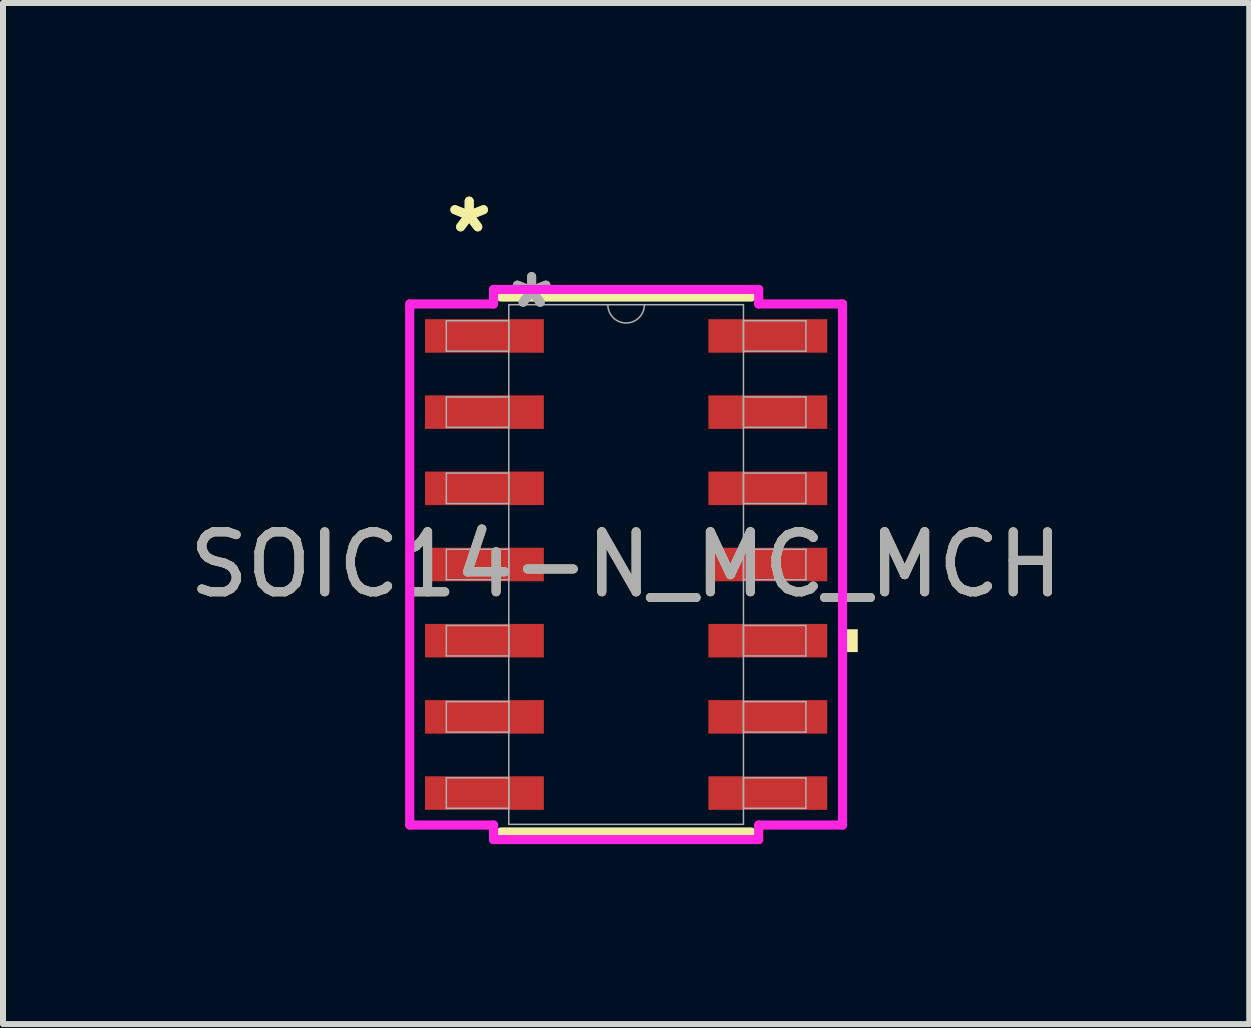
<source format=kicad_pcb>
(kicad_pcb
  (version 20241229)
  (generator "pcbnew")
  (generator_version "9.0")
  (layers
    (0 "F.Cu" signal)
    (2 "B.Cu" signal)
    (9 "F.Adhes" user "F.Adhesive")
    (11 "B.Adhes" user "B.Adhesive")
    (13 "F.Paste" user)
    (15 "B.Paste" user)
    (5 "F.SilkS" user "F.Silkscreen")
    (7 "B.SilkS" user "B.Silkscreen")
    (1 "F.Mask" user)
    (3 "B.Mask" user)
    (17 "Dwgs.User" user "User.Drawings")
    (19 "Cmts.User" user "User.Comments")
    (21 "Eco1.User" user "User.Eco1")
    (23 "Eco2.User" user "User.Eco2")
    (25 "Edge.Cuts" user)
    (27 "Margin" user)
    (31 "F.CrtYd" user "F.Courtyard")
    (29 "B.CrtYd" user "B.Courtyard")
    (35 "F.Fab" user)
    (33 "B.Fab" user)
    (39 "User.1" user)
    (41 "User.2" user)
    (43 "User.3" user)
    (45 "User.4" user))
  (footprint "SOIC14-N_MC_MCH"
    (layer "F.Cu")
    (at 7.387 6.36)
    (property "Reference" "SOIC14-N_MC_MCH" (at 0 0 0) (unlocked yes) (layer "F.SilkS") (effects (font (size 1 1) (thickness 0.15))))
    (attr smd)
    (fp_line (start -2.083 4.458) (end 2.083 4.458) (stroke (width 0.152) (type solid)) (layer "F.SilkS"))
    (fp_line (start 2.083 -4.458) (end -2.083 -4.458) (stroke (width 0.152) (type solid)) (layer "F.SilkS"))
    (fp_poly (pts (xy 3.861 1.079) (xy 3.861 1.46) (xy 3.607 1.46) (xy 3.607 1.079)) (stroke (width 0) (type solid)) (fill yes) (layer "F.SilkS"))
    (fp_line (start -3.607 -4.343) (end -2.21 -4.343) (stroke (width 0.152) (type solid)) (layer "F.CrtYd"))
    (fp_line (start -3.607 4.343) (end -3.607 -4.343) (stroke (width 0.152) (type solid)) (layer "F.CrtYd"))
    (fp_line (start -3.607 4.343) (end -2.21 4.343) (stroke (width 0.152) (type solid)) (layer "F.CrtYd"))
    (fp_line (start -2.21 -4.585) (end 2.21 -4.585) (stroke (width 0.152) (type solid)) (layer "F.CrtYd"))
    (fp_line (start -2.21 -4.343) (end -2.21 -4.585) (stroke (width 0.152) (type solid)) (layer "F.CrtYd"))
    (fp_line (start -2.21 4.585) (end -2.21 4.343) (stroke (width 0.152) (type solid)) (layer "F.CrtYd"))
    (fp_line (start 2.21 -4.585) (end 2.21 -4.343) (stroke (width 0.152) (type solid)) (layer "F.CrtYd"))
    (fp_line (start 2.21 4.343) (end 2.21 4.585) (stroke (width 0.152) (type solid)) (layer "F.CrtYd"))
    (fp_line (start 2.21 4.585) (end -2.21 4.585) (stroke (width 0.152) (type solid)) (layer "F.CrtYd"))
    (fp_line (start 3.607 -4.343) (end 2.21 -4.343) (stroke (width 0.152) (type solid)) (layer "F.CrtYd"))
    (fp_line (start 3.607 -4.343) (end 3.607 4.343) (stroke (width 0.152) (type solid)) (layer "F.CrtYd"))
    (fp_line (start 3.607 4.343) (end 2.21 4.343) (stroke (width 0.152) (type solid)) (layer "F.CrtYd"))
    (fp_line (start -2.997 -4.064) (end -2.997 -3.556) (stroke (width 0.025) (type solid)) (layer "F.Fab"))
    (fp_line (start -2.997 -3.556) (end -1.956 -3.556) (stroke (width 0.025) (type solid)) (layer "F.Fab"))
    (fp_line (start -2.997 -2.794) (end -2.997 -2.286) (stroke (width 0.025) (type solid)) (layer "F.Fab"))
    (fp_line (start -2.997 -2.286) (end -1.956 -2.286) (stroke (width 0.025) (type solid)) (layer "F.Fab"))
    (fp_line (start -2.997 -1.524) (end -2.997 -1.016) (stroke (width 0.025) (type solid)) (layer "F.Fab"))
    (fp_line (start -2.997 -1.016) (end -1.956 -1.016) (stroke (width 0.025) (type solid)) (layer "F.Fab"))
    (fp_line (start -2.997 -0.254) (end -2.997 0.254) (stroke (width 0.025) (type solid)) (layer "F.Fab"))
    (fp_line (start -2.997 0.254) (end -1.956 0.254) (stroke (width 0.025) (type solid)) (layer "F.Fab"))
    (fp_line (start -2.997 1.016) (end -2.997 1.524) (stroke (width 0.025) (type solid)) (layer "F.Fab"))
    (fp_line (start -2.997 1.524) (end -1.956 1.524) (stroke (width 0.025) (type solid)) (layer "F.Fab"))
    (fp_line (start -2.997 2.286) (end -2.997 2.794) (stroke (width 0.025) (type solid)) (layer "F.Fab"))
    (fp_line (start -2.997 2.794) (end -1.956 2.794) (stroke (width 0.025) (type solid)) (layer "F.Fab"))
    (fp_line (start -2.997 3.556) (end -2.997 4.064) (stroke (width 0.025) (type solid)) (layer "F.Fab"))
    (fp_line (start -2.997 4.064) (end -1.956 4.064) (stroke (width 0.025) (type solid)) (layer "F.Fab"))
    (fp_line (start -1.956 -4.331) (end -1.956 4.331) (stroke (width 0.025) (type solid)) (layer "F.Fab"))
    (fp_line (start -1.956 -4.064) (end -2.997 -4.064) (stroke (width 0.025) (type solid)) (layer "F.Fab"))
    (fp_line (start -1.956 -3.556) (end -1.956 -4.064) (stroke (width 0.025) (type solid)) (layer "F.Fab"))
    (fp_line (start -1.956 -2.794) (end -2.997 -2.794) (stroke (width 0.025) (type solid)) (layer "F.Fab"))
    (fp_line (start -1.956 -2.286) (end -1.956 -2.794) (stroke (width 0.025) (type solid)) (layer "F.Fab"))
    (fp_line (start -1.956 -1.524) (end -2.997 -1.524) (stroke (width 0.025) (type solid)) (layer "F.Fab"))
    (fp_line (start -1.956 -1.016) (end -1.956 -1.524) (stroke (width 0.025) (type solid)) (layer "F.Fab"))
    (fp_line (start -1.956 -0.254) (end -2.997 -0.254) (stroke (width 0.025) (type solid)) (layer "F.Fab"))
    (fp_line (start -1.956 0.254) (end -1.956 -0.254) (stroke (width 0.025) (type solid)) (layer "F.Fab"))
    (fp_line (start -1.956 1.016) (end -2.997 1.016) (stroke (width 0.025) (type solid)) (layer "F.Fab"))
    (fp_line (start -1.956 1.524) (end -1.956 1.016) (stroke (width 0.025) (type solid)) (layer "F.Fab"))
    (fp_line (start -1.956 2.286) (end -2.997 2.286) (stroke (width 0.025) (type solid)) (layer "F.Fab"))
    (fp_line (start -1.956 2.794) (end -1.956 2.286) (stroke (width 0.025) (type solid)) (layer "F.Fab"))
    (fp_line (start -1.956 3.556) (end -2.997 3.556) (stroke (width 0.025) (type solid)) (layer "F.Fab"))
    (fp_line (start -1.956 4.064) (end -1.956 3.556) (stroke (width 0.025) (type solid)) (layer "F.Fab"))
    (fp_line (start -1.956 4.331) (end 1.956 4.331) (stroke (width 0.025) (type solid)) (layer "F.Fab"))
    (fp_line (start 1.956 -4.331) (end -1.956 -4.331) (stroke (width 0.025) (type solid)) (layer "F.Fab"))
    (fp_line (start 1.956 -4.064) (end 1.956 -3.556) (stroke (width 0.025) (type solid)) (layer "F.Fab"))
    (fp_line (start 1.956 -3.556) (end 2.997 -3.556) (stroke (width 0.025) (type solid)) (layer "F.Fab"))
    (fp_line (start 1.956 -2.794) (end 1.956 -2.286) (stroke (width 0.025) (type solid)) (layer "F.Fab"))
    (fp_line (start 1.956 -2.286) (end 2.997 -2.286) (stroke (width 0.025) (type solid)) (layer "F.Fab"))
    (fp_line (start 1.956 -1.524) (end 1.956 -1.016) (stroke (width 0.025) (type solid)) (layer "F.Fab"))
    (fp_line (start 1.956 -1.016) (end 2.997 -1.016) (stroke (width 0.025) (type solid)) (layer "F.Fab"))
    (fp_line (start 1.956 -0.254) (end 1.956 0.254) (stroke (width 0.025) (type solid)) (layer "F.Fab"))
    (fp_line (start 1.956 0.254) (end 2.997 0.254) (stroke (width 0.025) (type solid)) (layer "F.Fab"))
    (fp_line (start 1.956 1.016) (end 1.956 1.524) (stroke (width 0.025) (type solid)) (layer "F.Fab"))
    (fp_line (start 1.956 1.524) (end 2.997 1.524) (stroke (width 0.025) (type solid)) (layer "F.Fab"))
    (fp_line (start 1.956 2.286) (end 1.956 2.794) (stroke (width 0.025) (type solid)) (layer "F.Fab"))
    (fp_line (start 1.956 2.794) (end 2.997 2.794) (stroke (width 0.025) (type solid)) (layer "F.Fab"))
    (fp_line (start 1.956 3.556) (end 1.956 4.064) (stroke (width 0.025) (type solid)) (layer "F.Fab"))
    (fp_line (start 1.956 4.064) (end 2.997 4.064) (stroke (width 0.025) (type solid)) (layer "F.Fab"))
    (fp_line (start 1.956 4.331) (end 1.956 -4.331) (stroke (width 0.025) (type solid)) (layer "F.Fab"))
    (fp_line (start 2.997 -4.064) (end 1.956 -4.064) (stroke (width 0.025) (type solid)) (layer "F.Fab"))
    (fp_line (start 2.997 -3.556) (end 2.997 -4.064) (stroke (width 0.025) (type solid)) (layer "F.Fab"))
    (fp_line (start 2.997 -2.794) (end 1.956 -2.794) (stroke (width 0.025) (type solid)) (layer "F.Fab"))
    (fp_line (start 2.997 -2.286) (end 2.997 -2.794) (stroke (width 0.025) (type solid)) (layer "F.Fab"))
    (fp_line (start 2.997 -1.524) (end 1.956 -1.524) (stroke (width 0.025) (type solid)) (layer "F.Fab"))
    (fp_line (start 2.997 -1.016) (end 2.997 -1.524) (stroke (width 0.025) (type solid)) (layer "F.Fab"))
    (fp_line (start 2.997 -0.254) (end 1.956 -0.254) (stroke (width 0.025) (type solid)) (layer "F.Fab"))
    (fp_line (start 2.997 0.254) (end 2.997 -0.254) (stroke (width 0.025) (type solid)) (layer "F.Fab"))
    (fp_line (start 2.997 1.016) (end 1.956 1.016) (stroke (width 0.025) (type solid)) (layer "F.Fab"))
    (fp_line (start 2.997 1.524) (end 2.997 1.016) (stroke (width 0.025) (type solid)) (layer "F.Fab"))
    (fp_line (start 2.997 2.286) (end 1.956 2.286) (stroke (width 0.025) (type solid)) (layer "F.Fab"))
    (fp_line (start 2.997 2.794) (end 2.997 2.286) (stroke (width 0.025) (type solid)) (layer "F.Fab"))
    (fp_line (start 2.997 3.556) (end 1.956 3.556) (stroke (width 0.025) (type solid)) (layer "F.Fab"))
    (fp_line (start 2.997 4.064) (end 2.997 3.556) (stroke (width 0.025) (type solid)) (layer "F.Fab"))
    (fp_arc (start 0.3048 -4.3307) (mid 0 -4.0259) (end -0.3048 -4.3307) (stroke (width 0.0254) (type solid)) (layer "F.Fab"))
    (fp_text user "*" (at -2.616 -5.512 0) (unlocked yes) (layer "F.SilkS") (effects (font (size 1 1) (thickness 0.15))))
    (fp_text user "*" (at -2.616 -5.512 0) (layer "F.SilkS") (effects (font (size 1 1) (thickness 0.15))))
    (fp_text user "*" (at -1.575 -4.255 0) (unlocked yes) (layer "F.Fab") (effects (font (size 1 1) (thickness 0.15))))
    (fp_text user "${REFERENCE}" (at 0 0 0) (unlocked yes) (layer "F.Fab") (effects (font (size 1 1) (thickness 0.15))))
    (fp_text user "*" (at -1.575 -4.255 0) (layer "F.Fab") (effects (font (size 1 1) (thickness 0.15))))
    (pad "1" smd rect (at -2.362 -3.81) (size 1.981 0.559) (layers "F.Cu" "F.Mask" "F.Paste"))
    (pad "2" smd rect (at -2.362 -2.54) (size 1.981 0.559) (layers "F.Cu" "F.Mask" "F.Paste"))
    (pad "3" smd rect (at -2.362 -1.27) (size 1.981 0.559) (layers "F.Cu" "F.Mask" "F.Paste"))
    (pad "4" smd rect (at -2.362 0) (size 1.981 0.559) (layers "F.Cu" "F.Mask" "F.Paste"))
    (pad "5" smd rect (at -2.362 1.27) (size 1.981 0.559) (layers "F.Cu" "F.Mask" "F.Paste"))
    (pad "6" smd rect (at -2.362 2.54) (size 1.981 0.559) (layers "F.Cu" "F.Mask" "F.Paste"))
    (pad "7" smd rect (at -2.362 3.81) (size 1.981 0.559) (layers "F.Cu" "F.Mask" "F.Paste"))
    (pad "8" smd rect (at 2.362 3.81) (size 1.981 0.559) (layers "F.Cu" "F.Mask" "F.Paste"))
    (pad "9" smd rect (at 2.362 2.54) (size 1.981 0.559) (layers "F.Cu" "F.Mask" "F.Paste"))
    (pad "10" smd rect (at 2.362 1.27) (size 1.981 0.559) (layers "F.Cu" "F.Mask" "F.Paste"))
    (pad "11" smd rect (at 2.362 0) (size 1.981 0.559) (layers "F.Cu" "F.Mask" "F.Paste"))
    (pad "12" smd rect (at 2.362 -1.27) (size 1.981 0.559) (layers "F.Cu" "F.Mask" "F.Paste"))
    (pad "13" smd rect (at 2.362 -2.54) (size 1.981 0.559) (layers "F.Cu" "F.Mask" "F.Paste"))
    (pad "14" smd rect (at 2.362 -3.81) (size 1.981 0.559) (layers "F.Cu" "F.Mask" "F.Paste")))
  (gr_rect
    (start -3 -3)
    (end 17.774 14.021)
    (stroke (width 0.1) (type default))
    (fill no)
    (layer "Edge.Cuts")))
</source>
